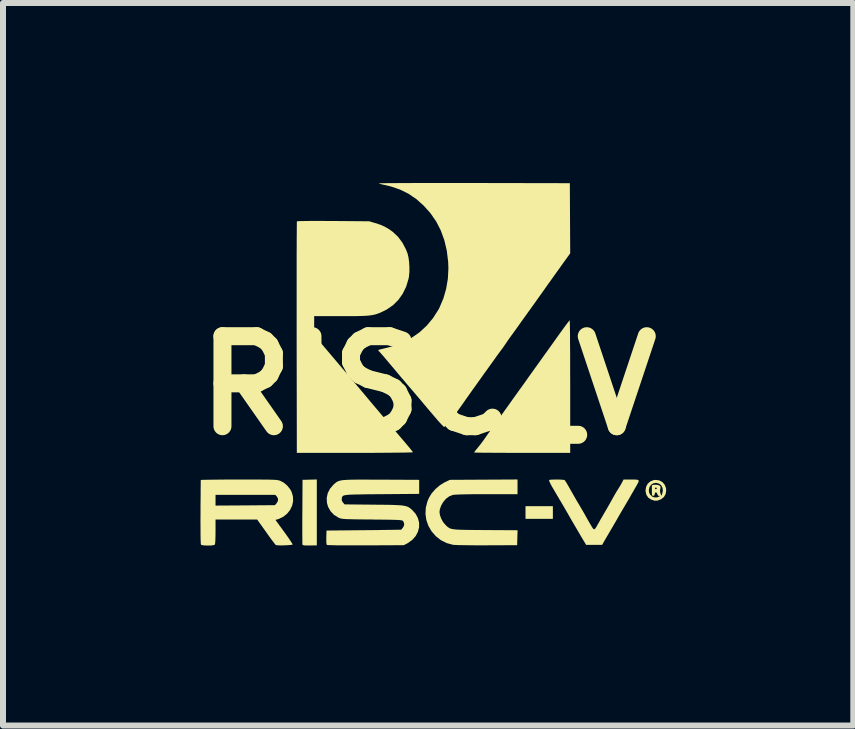
<source format=kicad_pcb>
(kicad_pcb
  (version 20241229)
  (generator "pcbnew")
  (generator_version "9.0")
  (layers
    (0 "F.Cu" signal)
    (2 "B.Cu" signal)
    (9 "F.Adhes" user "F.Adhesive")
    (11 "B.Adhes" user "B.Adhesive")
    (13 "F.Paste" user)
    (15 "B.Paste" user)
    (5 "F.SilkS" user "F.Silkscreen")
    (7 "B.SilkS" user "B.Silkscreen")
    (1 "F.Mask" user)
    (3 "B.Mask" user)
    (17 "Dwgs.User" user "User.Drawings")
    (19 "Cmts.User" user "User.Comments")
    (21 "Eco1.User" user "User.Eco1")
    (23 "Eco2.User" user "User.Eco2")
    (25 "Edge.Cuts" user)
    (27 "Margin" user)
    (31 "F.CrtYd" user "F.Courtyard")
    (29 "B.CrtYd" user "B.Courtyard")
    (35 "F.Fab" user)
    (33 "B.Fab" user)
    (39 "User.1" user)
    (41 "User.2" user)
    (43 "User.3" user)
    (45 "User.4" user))
  (footprint "RISC_V"
    (layer "F.Cu")
    (at 4.086 3.375)
    (property "Reference" "RISC_V" (at 0 0 0) (layer "F.SilkS") (effects (font (size 1.5 1.5) (thickness 0.3))))
    (attr board_only exclude_from_pos_files exclude_from_bom)
    (fp_poly (pts (xy 2.078 2.117) (xy 2.078 2.222) (xy 1.85 2.222) (xy 1.622 2.222) (xy 1.622 2.117) (xy 1.622 2.011) (xy 1.85 2.011) (xy 2.078 2.011)) (stroke (width 0) (type solid)) (fill yes) (layer "F.SilkS"))
    (fp_poly (pts (xy -1.856 2.115) (xy -1.856 2.664) (xy -1.972 2.666) (xy -2.029 2.666) (xy -2.067 2.664) (xy -2.088 2.659) (xy -2.095 2.653) (xy -2.096 2.64) (xy -2.097 2.606) (xy -2.097 2.554) (xy -2.098 2.487) (xy -2.098 2.407) (xy -2.098 2.316) (xy -2.098 2.215) (xy -2.097 2.108) (xy -2.097 2.106) (xy -2.094 1.572) (xy -1.975 1.569) (xy -1.856 1.566)) (stroke (width 0) (type solid)) (fill yes) (layer "F.SilkS"))
    (fp_poly (pts (xy 2.359 -1.078) (xy 2.361 -1.046) (xy 2.362 -0.995) (xy 2.363 -0.927) (xy 2.364 -0.842) (xy 2.364 -0.742) (xy 2.365 -0.63) (xy 2.366 -0.505) (xy 2.366 -0.37) (xy 2.366 -0.226) (xy 2.367 -0.075) (xy 2.367 0.017) (xy 2.367 1.122) (xy 1.567 1.122) (xy 1.436 1.122) (xy 1.311 1.122) (xy 1.195 1.121) (xy 1.089 1.121) (xy 0.995 1.12) (xy 0.915 1.12) (xy 0.851 1.119) (xy 0.803 1.118) (xy 0.775 1.117) (xy 0.767 1.116) (xy 0.77 1.109) (xy 0.781 1.093) (xy 0.802 1.066) (xy 0.834 1.027) (xy 0.868 0.985) (xy 0.885 0.962) (xy 0.912 0.926) (xy 0.944 0.882) (xy 0.973 0.84) (xy 1.006 0.793) (xy 1.038 0.748) (xy 1.064 0.711) (xy 1.079 0.69) (xy 1.135 0.612) (xy 1.199 0.523) (xy 1.271 0.423) (xy 1.348 0.315) (xy 1.429 0.201) (xy 1.513 0.084) (xy 1.599 -0.035) (xy 1.683 -0.154) (xy 1.766 -0.27) (xy 1.846 -0.381) (xy 1.92 -0.485) (xy 1.989 -0.581) (xy 2.049 -0.665) (xy 2.1 -0.737) (xy 2.14 -0.793) (xy 2.151 -0.808) (xy 2.2 -0.877) (xy 2.246 -0.94) (xy 2.286 -0.995) (xy 2.319 -1.039) (xy 2.343 -1.07) (xy 2.356 -1.086) (xy 2.358 -1.088)) (stroke (width 0) (type solid)) (fill yes) (layer "F.SilkS"))
    (fp_poly (pts (xy 1.489 1.688) (xy 1.489 1.811) (xy 0.978 1.811) (xy 0.832 1.811) (xy 0.707 1.812) (xy 0.603 1.814) (xy 0.521 1.816) (xy 0.46 1.819) (xy 0.42 1.822) (xy 0.409 1.824) (xy 0.351 1.847) (xy 0.297 1.887) (xy 0.251 1.941) (xy 0.215 2.003) (xy 0.193 2.068) (xy 0.189 2.113) (xy 0.197 2.163) (xy 0.218 2.22) (xy 0.248 2.275) (xy 0.285 2.319) (xy 0.285 2.319) (xy 0.304 2.338) (xy 0.321 2.354) (xy 0.339 2.367) (xy 0.358 2.378) (xy 0.38 2.387) (xy 0.409 2.393) (xy 0.446 2.398) (xy 0.493 2.402) (xy 0.552 2.404) (xy 0.625 2.406) (xy 0.714 2.407) (xy 0.821 2.408) (xy 0.948 2.409) (xy 0.953 2.409) (xy 1.49 2.412) (xy 1.486 2.537) (xy 1.483 2.661) (xy 0.978 2.663) (xy 0.872 2.663) (xy 0.771 2.663) (xy 0.677 2.662) (xy 0.594 2.661) (xy 0.523 2.66) (xy 0.468 2.658) (xy 0.43 2.656) (xy 0.415 2.655) (xy 0.308 2.626) (xy 0.211 2.577) (xy 0.127 2.511) (xy 0.055 2.428) (xy 0.003 2.337) (xy -0.031 2.24) (xy -0.045 2.138) (xy -0.039 2.033) (xy -0.012 1.93) (xy 0.013 1.871) (xy 0.059 1.796) (xy 0.122 1.725) (xy 0.195 1.662) (xy 0.273 1.614) (xy 0.278 1.612) (xy 0.361 1.572) (xy 0.925 1.569) (xy 1.489 1.566)) (stroke (width 0) (type solid)) (fill yes) (layer "F.SilkS"))
    (fp_poly (pts (xy 3.853 1.582) (xy 3.904 1.61) (xy 3.941 1.653) (xy 3.963 1.707) (xy 3.967 1.747) (xy 3.957 1.808) (xy 3.929 1.858) (xy 3.882 1.895) (xy 3.877 1.897) (xy 3.823 1.918) (xy 3.772 1.919) (xy 3.716 1.901) (xy 3.716 1.901) (xy 3.667 1.868) (xy 3.636 1.821) (xy 3.623 1.763) (xy 3.622 1.751) (xy 3.625 1.734) (xy 3.678 1.734) (xy 3.68 1.777) (xy 3.698 1.817) (xy 3.732 1.849) (xy 3.739 1.854) (xy 3.776 1.865) (xy 3.816 1.864) (xy 3.849 1.851) (xy 3.851 1.85) (xy 3.864 1.839) (xy 3.86 1.838) (xy 3.853 1.84) (xy 3.837 1.839) (xy 3.824 1.821) (xy 3.821 1.812) (xy 3.807 1.786) (xy 3.792 1.779) (xy 3.78 1.791) (xy 3.776 1.808) (xy 3.768 1.832) (xy 3.75 1.839) (xy 3.739 1.837) (xy 3.732 1.828) (xy 3.729 1.809) (xy 3.728 1.773) (xy 3.728 1.75) (xy 3.728 1.707) (xy 3.779 1.707) (xy 3.782 1.722) (xy 3.785 1.726) (xy 3.799 1.728) (xy 3.81 1.717) (xy 3.811 1.71) (xy 3.802 1.701) (xy 3.794 1.7) (xy 3.779 1.707) (xy 3.728 1.707) (xy 3.728 1.662) (xy 3.761 1.655) (xy 3.798 1.653) (xy 3.834 1.659) (xy 3.861 1.672) (xy 3.871 1.683) (xy 3.872 1.706) (xy 3.867 1.727) (xy 3.863 1.763) (xy 3.871 1.797) (xy 3.886 1.839) (xy 3.899 1.808) (xy 3.911 1.754) (xy 3.905 1.705) (xy 3.884 1.664) (xy 3.849 1.635) (xy 3.803 1.623) (xy 3.794 1.622) (xy 3.748 1.632) (xy 3.713 1.656) (xy 3.689 1.692) (xy 3.678 1.734) (xy 3.625 1.734) (xy 3.632 1.688) (xy 3.659 1.637) (xy 3.701 1.599) (xy 3.756 1.577) (xy 3.794 1.573)) (stroke (width 0) (type solid)) (fill yes) (layer "F.SilkS"))
    (fp_poly (pts (xy -1.673 -2.742) (xy -1.582 -2.742) (xy -0.983 -2.737) (xy -0.885 -2.708) (xy -0.796 -2.679) (xy -0.722 -2.646) (xy -0.654 -2.607) (xy -0.589 -2.56) (xy -0.501 -2.477) (xy -0.427 -2.377) (xy -0.368 -2.263) (xy -0.343 -2.197) (xy -0.328 -2.135) (xy -0.318 -2.058) (xy -0.313 -1.975) (xy -0.313 -1.892) (xy -0.32 -1.818) (xy -0.327 -1.78) (xy -0.367 -1.647) (xy -0.424 -1.53) (xy -0.498 -1.426) (xy -0.587 -1.338) (xy -0.693 -1.265) (xy -0.8 -1.213) (xy -0.835 -1.2) (xy -0.87 -1.188) (xy -0.905 -1.179) (xy -0.943 -1.172) (xy -0.988 -1.166) (xy -1.041 -1.162) (xy -1.105 -1.159) (xy -1.182 -1.157) (xy -1.276 -1.156) (xy -1.387 -1.156) (xy -1.458 -1.156) (xy -1.9 -1.156) (xy -1.9 -0.997) (xy -1.899 -0.839) (xy -1.593 -0.478) (xy -1.467 -0.329) (xy -1.356 -0.198) (xy -1.258 -0.083) (xy -1.175 0.015) (xy -1.106 0.097) (xy -1.05 0.163) (xy -1.009 0.213) (xy -0.98 0.247) (xy -0.978 0.25) (xy -0.957 0.275) (xy -0.923 0.315) (xy -0.88 0.366) (xy -0.828 0.427) (xy -0.771 0.495) (xy -0.71 0.568) (xy -0.647 0.642) (xy -0.584 0.716) (xy -0.524 0.787) (xy -0.468 0.853) (xy -0.419 0.91) (xy -0.379 0.957) (xy -0.359 0.981) (xy -0.322 1.025) (xy -0.291 1.063) (xy -0.268 1.092) (xy -0.256 1.109) (xy -0.256 1.112) (xy -0.267 1.114) (xy -0.299 1.115) (xy -0.352 1.117) (xy -0.426 1.118) (xy -0.519 1.119) (xy -0.63 1.12) (xy -0.76 1.121) (xy -0.907 1.122) (xy -1.071 1.122) (xy -1.222 1.122) (xy -2.189 1.122) (xy -2.192 -0.801) (xy -2.192 -1.006) (xy -2.192 -1.205) (xy -2.192 -1.397) (xy -2.192 -1.581) (xy -2.192 -1.756) (xy -2.192 -1.92) (xy -2.192 -2.072) (xy -2.192 -2.211) (xy -2.191 -2.337) (xy -2.191 -2.447) (xy -2.19 -2.542) (xy -2.19 -2.619) (xy -2.189 -2.677) (xy -2.189 -2.716) (xy -2.188 -2.734) (xy -2.188 -2.735) (xy -2.175 -2.738) (xy -2.141 -2.74) (xy -2.086 -2.741) (xy -2.011 -2.742) (xy -1.917 -2.743) (xy -1.804 -2.743)) (stroke (width 0) (type solid)) (fill yes) (layer "F.SilkS"))
    (fp_poly (pts (xy 3.443 1.567) (xy 3.483 1.57) (xy 3.504 1.577) (xy 3.509 1.593) (xy 3.5 1.618) (xy 3.479 1.657) (xy 3.468 1.676) (xy 3.443 1.719) (xy 3.419 1.762) (xy 3.4 1.794) (xy 3.4 1.794) (xy 3.384 1.822) (xy 3.361 1.863) (xy 3.333 1.911) (xy 3.306 1.956) (xy 3.271 2.016) (xy 3.23 2.085) (xy 3.19 2.154) (xy 3.167 2.194) (xy 3.131 2.257) (xy 3.09 2.327) (xy 3.051 2.394) (xy 3.028 2.433) (xy 2.998 2.485) (xy 2.968 2.535) (xy 2.944 2.577) (xy 2.929 2.603) (xy 2.899 2.656) (xy 2.766 2.656) (xy 2.632 2.656) (xy 2.604 2.608) (xy 2.571 2.553) (xy 2.53 2.484) (xy 2.485 2.407) (xy 2.438 2.327) (xy 2.393 2.25) (xy 2.353 2.18) (xy 2.321 2.124) (xy 2.32 2.122) (xy 2.3 2.088) (xy 2.274 2.043) (xy 2.245 1.993) (xy 2.216 1.944) (xy 2.189 1.899) (xy 2.169 1.864) (xy 2.157 1.844) (xy 2.145 1.824) (xy 2.124 1.789) (xy 2.099 1.745) (xy 2.071 1.698) (xy 2.042 1.646) (xy 2.024 1.609) (xy 2.016 1.587) (xy 2.016 1.575) (xy 2.019 1.573) (xy 2.038 1.57) (xy 2.073 1.568) (xy 2.117 1.567) (xy 2.164 1.567) (xy 2.209 1.568) (xy 2.246 1.571) (xy 2.269 1.574) (xy 2.273 1.575) (xy 2.283 1.588) (xy 2.301 1.615) (xy 2.324 1.654) (xy 2.344 1.689) (xy 2.384 1.759) (xy 2.426 1.833) (xy 2.468 1.907) (xy 2.508 1.974) (xy 2.541 2.03) (xy 2.556 2.056) (xy 2.58 2.096) (xy 2.606 2.142) (xy 2.617 2.161) (xy 2.636 2.196) (xy 2.662 2.242) (xy 2.691 2.292) (xy 2.704 2.314) (xy 2.731 2.36) (xy 2.75 2.388) (xy 2.766 2.397) (xy 2.782 2.387) (xy 2.802 2.358) (xy 2.828 2.311) (xy 2.846 2.281) (xy 2.86 2.255) (xy 2.874 2.23) (xy 2.891 2.202) (xy 2.911 2.167) (xy 2.938 2.12) (xy 2.973 2.061) (xy 3.003 2.008) (xy 3.035 1.952) (xy 3.062 1.903) (xy 3.076 1.878) (xy 3.103 1.83) (xy 3.135 1.775) (xy 3.162 1.732) (xy 3.189 1.689) (xy 3.214 1.647) (xy 3.232 1.613) (xy 3.233 1.612) (xy 3.256 1.567) (xy 3.384 1.567)) (stroke (width 0) (type solid)) (fill yes) (layer "F.SilkS"))
    (fp_poly (pts (xy -3.021 1.567) (xy -2.906 1.567) (xy -2.81 1.567) (xy -2.731 1.568) (xy -2.666 1.568) (xy -2.614 1.57) (xy -2.574 1.571) (xy -2.542 1.573) (xy -2.518 1.575) (xy -2.499 1.579) (xy -2.484 1.582) (xy -2.47 1.587) (xy -2.464 1.589) (xy -2.405 1.62) (xy -2.349 1.668) (xy -2.302 1.726) (xy -2.276 1.772) (xy -2.254 1.849) (xy -2.251 1.927) (xy -2.267 2.002) (xy -2.301 2.073) (xy -2.35 2.135) (xy -2.413 2.186) (xy -2.488 2.223) (xy -2.503 2.227) (xy -2.545 2.24) (xy -2.4 2.439) (xy -2.358 2.497) (xy -2.321 2.55) (xy -2.292 2.594) (xy -2.27 2.627) (xy -2.26 2.646) (xy -2.259 2.65) (xy -2.271 2.654) (xy -2.3 2.658) (xy -2.34 2.661) (xy -2.388 2.663) (xy -2.436 2.665) (xy -2.481 2.664) (xy -2.516 2.662) (xy -2.537 2.659) (xy -2.539 2.658) (xy -2.55 2.647) (xy -2.571 2.62) (xy -2.6 2.582) (xy -2.636 2.534) (xy -2.675 2.479) (xy -2.676 2.478) (xy -2.716 2.421) (xy -2.754 2.368) (xy -2.786 2.323) (xy -2.811 2.289) (xy -2.824 2.27) (xy -2.85 2.234) (xy -3.197 2.234) (xy -3.544 2.233) (xy -3.544 2.437) (xy -3.545 2.519) (xy -3.547 2.58) (xy -3.55 2.622) (xy -3.554 2.646) (xy -3.558 2.653) (xy -3.576 2.66) (xy -3.609 2.665) (xy -3.651 2.667) (xy -3.696 2.667) (xy -3.738 2.664) (xy -3.77 2.66) (xy -3.786 2.653) (xy -3.789 2.638) (xy -3.791 2.602) (xy -3.793 2.546) (xy -3.794 2.47) (xy -3.794 2.375) (xy -3.795 2.263) (xy -3.794 2.134) (xy -3.794 2.111) (xy -3.794 2.005) (xy -3.793 1.905) (xy -3.792 1.822) (xy -3.544 1.822) (xy -3.544 1.911) (xy -3.544 2.001) (xy -3.049 1.998) (xy -2.554 1.994) (xy -2.527 1.963) (xy -2.504 1.924) (xy -2.503 1.885) (xy -2.523 1.849) (xy -2.524 1.848) (xy -2.548 1.822) (xy -3.046 1.822) (xy -3.544 1.822) (xy -3.792 1.822) (xy -3.792 1.815) (xy -3.792 1.736) (xy -3.791 1.67) (xy -3.791 1.62) (xy -3.79 1.587) (xy -3.79 1.575) (xy -3.779 1.573) (xy -3.748 1.572) (xy -3.698 1.571) (xy -3.632 1.57) (xy -3.552 1.569) (xy -3.46 1.568) (xy -3.357 1.567) (xy -3.246 1.567) (xy -3.156 1.567)) (stroke (width 0) (type solid)) (fill yes) (layer "F.SilkS"))
    (fp_poly (pts (xy -0.932 1.569) (xy -0.792 1.569) (xy -0.783 1.569) (xy -0.15 1.572) (xy -0.15 1.689) (xy -0.15 1.806) (xy -0.773 1.811) (xy -0.91 1.812) (xy -1.026 1.813) (xy -1.124 1.815) (xy -1.204 1.816) (xy -1.269 1.818) (xy -1.32 1.82) (xy -1.359 1.824) (xy -1.388 1.828) (xy -1.409 1.834) (xy -1.422 1.841) (xy -1.43 1.85) (xy -1.435 1.86) (xy -1.438 1.872) (xy -1.44 1.886) (xy -1.44 1.917) (xy -1.423 1.946) (xy -1.42 1.95) (xy -1.393 1.981) (xy -0.91 1.986) (xy -0.786 1.987) (xy -0.681 1.988) (xy -0.594 1.99) (xy -0.523 1.993) (xy -0.465 1.996) (xy -0.42 2.001) (xy -0.383 2.008) (xy -0.354 2.016) (xy -0.33 2.026) (xy -0.309 2.039) (xy -0.289 2.055) (xy -0.267 2.074) (xy -0.265 2.076) (xy -0.208 2.14) (xy -0.17 2.212) (xy -0.151 2.287) (xy -0.152 2.364) (xy -0.171 2.438) (xy -0.208 2.508) (xy -0.262 2.57) (xy -0.334 2.623) (xy -0.349 2.631) (xy -0.406 2.661) (xy -1.039 2.664) (xy -1.156 2.664) (xy -1.266 2.664) (xy -1.368 2.664) (xy -1.459 2.663) (xy -1.538 2.663) (xy -1.602 2.661) (xy -1.65 2.66) (xy -1.678 2.659) (xy -1.687 2.657) (xy -1.693 2.646) (xy -1.697 2.62) (xy -1.698 2.578) (xy -1.698 2.532) (xy -1.694 2.417) (xy -1.072 2.411) (xy -0.957 2.41) (xy -0.848 2.409) (xy -0.749 2.407) (xy -0.66 2.406) (xy -0.584 2.405) (xy -0.523 2.404) (xy -0.479 2.403) (xy -0.453 2.403) (xy -0.448 2.402) (xy -0.413 2.357) (xy -0.399 2.317) (xy -0.407 2.279) (xy -0.417 2.261) (xy -0.422 2.256) (xy -0.429 2.251) (xy -0.439 2.248) (xy -0.456 2.245) (xy -0.481 2.242) (xy -0.515 2.24) (xy -0.561 2.239) (xy -0.621 2.237) (xy -0.697 2.236) (xy -0.791 2.235) (xy -0.904 2.234) (xy -0.937 2.233) (xy -1.055 2.232) (xy -1.154 2.231) (xy -1.235 2.23) (xy -1.3 2.228) (xy -1.351 2.227) (xy -1.39 2.225) (xy -1.42 2.222) (xy -1.443 2.219) (xy -1.46 2.215) (xy -1.475 2.211) (xy -1.488 2.205) (xy -1.494 2.202) (xy -1.568 2.157) (xy -1.626 2.096) (xy -1.668 2.023) (xy -1.687 1.956) (xy -1.691 1.873) (xy -1.674 1.794) (xy -1.636 1.72) (xy -1.579 1.653) (xy -1.575 1.649) (xy -1.556 1.633) (xy -1.539 1.618) (xy -1.521 1.606) (xy -1.502 1.596) (xy -1.478 1.588) (xy -1.449 1.581) (xy -1.413 1.576) (xy -1.367 1.573) (xy -1.309 1.57) (xy -1.239 1.569) (xy -1.154 1.568) (xy -1.053 1.568)) (stroke (width 0) (type solid)) (fill yes) (layer "F.SilkS"))
    (fp_poly (pts (xy 0.42 -3.375) (xy 0.6 -3.375) (xy 0.769 -3.375) (xy 2.361 -3.372) (xy 2.364 -2.788) (xy 2.367 -2.203) (xy 2.28 -2.082) (xy 2.242 -2.03) (xy 2.197 -1.966) (xy 2.147 -1.897) (xy 2.099 -1.83) (xy 2.078 -1.8) (xy 2.038 -1.744) (xy 2 -1.692) (xy 1.968 -1.646) (xy 1.943 -1.611) (xy 1.932 -1.594) (xy 1.917 -1.574) (xy 1.892 -1.538) (xy 1.857 -1.49) (xy 1.816 -1.432) (xy 1.77 -1.367) (xy 1.721 -1.299) (xy 1.718 -1.294) (xy 1.669 -1.227) (xy 1.625 -1.165) (xy 1.586 -1.111) (xy 1.554 -1.067) (xy 1.532 -1.035) (xy 1.52 -1.019) (xy 1.52 -1.018) (xy 1.505 -0.997) (xy 1.481 -0.963) (xy 1.451 -0.922) (xy 1.42 -0.879) (xy 1.391 -0.839) (xy 1.379 -0.822) (xy 1.355 -0.789) (xy 1.327 -0.75) (xy 1.317 -0.734) (xy 1.28 -0.68) (xy 1.252 -0.639) (xy 1.23 -0.609) (xy 1.212 -0.585) (xy 1.198 -0.566) (xy 1.187 -0.551) (xy 1.164 -0.52) (xy 1.132 -0.476) (xy 1.093 -0.421) (xy 1.047 -0.357) (xy 0.997 -0.287) (xy 0.944 -0.214) (xy 0.89 -0.138) (xy 0.837 -0.064) (xy 0.786 0.008) (xy 0.739 0.073) (xy 0.698 0.131) (xy 0.665 0.178) (xy 0.644 0.207) (xy 0.564 0.322) (xy 0.495 0.418) (xy 0.436 0.499) (xy 0.387 0.563) (xy 0.347 0.614) (xy 0.315 0.65) (xy 0.291 0.674) (xy 0.273 0.687) (xy 0.264 0.689) (xy 0.253 0.681) (xy 0.23 0.658) (xy 0.198 0.624) (xy 0.159 0.58) (xy 0.117 0.531) (xy -0.017 0.374) (xy -0.136 0.232) (xy -0.242 0.107) (xy -0.335 -0.001) (xy -0.404 -0.083) (xy -0.45 -0.136) (xy -0.504 -0.201) (xy -0.563 -0.271) (xy -0.621 -0.34) (xy -0.667 -0.394) (xy -0.712 -0.448) (xy -0.752 -0.495) (xy -0.786 -0.534) (xy -0.81 -0.561) (xy -0.823 -0.575) (xy -0.824 -0.576) (xy -0.834 -0.585) (xy -0.822 -0.595) (xy -0.789 -0.605) (xy -0.764 -0.61) (xy -0.589 -0.654) (xy -0.427 -0.716) (xy -0.278 -0.794) (xy -0.143 -0.888) (xy -0.023 -0.999) (xy 0.082 -1.125) (xy 0.171 -1.265) (xy 0.189 -1.3) (xy 0.253 -1.45) (xy 0.299 -1.61) (xy 0.328 -1.778) (xy 0.337 -1.949) (xy 0.333 -2.062) (xy 0.31 -2.249) (xy 0.269 -2.422) (xy 0.211 -2.583) (xy 0.135 -2.731) (xy 0.04 -2.869) (xy -0.072 -2.995) (xy -0.196 -3.106) (xy -0.328 -3.196) (xy -0.47 -3.266) (xy -0.623 -3.318) (xy -0.725 -3.342) (xy -0.768 -3.351) (xy -0.801 -3.36) (xy -0.82 -3.367) (xy -0.822 -3.369) (xy -0.811 -3.37) (xy -0.779 -3.371) (xy -0.728 -3.372) (xy -0.658 -3.373) (xy -0.57 -3.373) (xy -0.467 -3.374) (xy -0.349 -3.374) (xy -0.217 -3.375) (xy -0.073 -3.375) (xy 0.082 -3.375) (xy 0.247 -3.375)) (stroke (width 0) (type solid)) (fill yes) (layer "F.SilkS")))
  (gr_rect
    (start -3 -3)
    (end 11.171 9.042)
    (stroke (width 0.1) (type default))
    (fill no)
    (layer "Edge.Cuts")))
</source>
